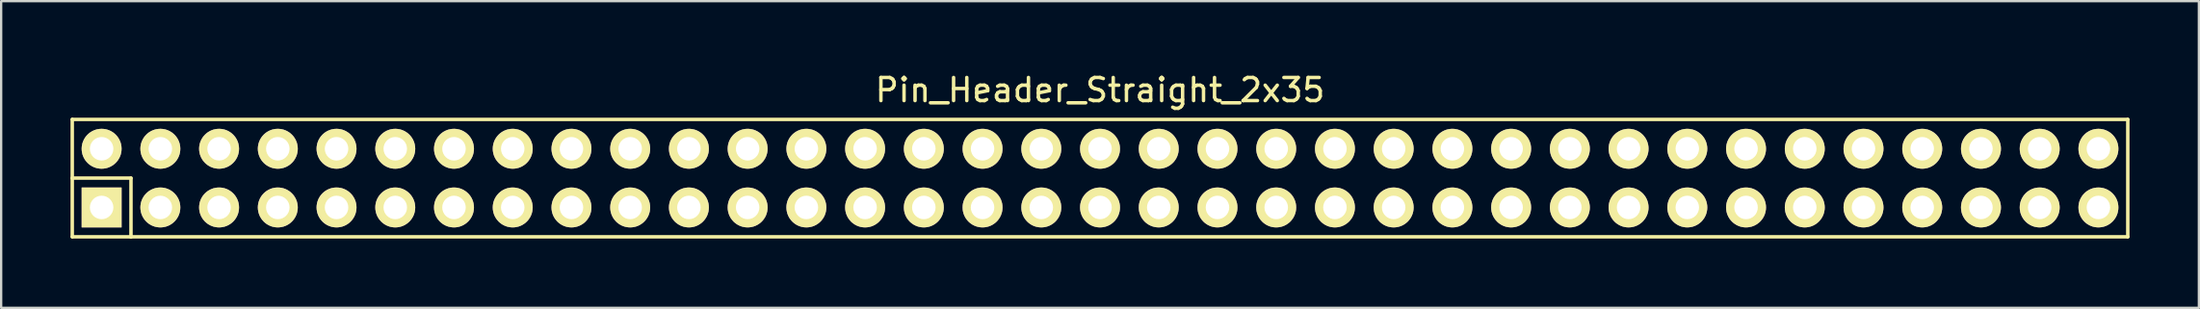
<source format=kicad_pcb>
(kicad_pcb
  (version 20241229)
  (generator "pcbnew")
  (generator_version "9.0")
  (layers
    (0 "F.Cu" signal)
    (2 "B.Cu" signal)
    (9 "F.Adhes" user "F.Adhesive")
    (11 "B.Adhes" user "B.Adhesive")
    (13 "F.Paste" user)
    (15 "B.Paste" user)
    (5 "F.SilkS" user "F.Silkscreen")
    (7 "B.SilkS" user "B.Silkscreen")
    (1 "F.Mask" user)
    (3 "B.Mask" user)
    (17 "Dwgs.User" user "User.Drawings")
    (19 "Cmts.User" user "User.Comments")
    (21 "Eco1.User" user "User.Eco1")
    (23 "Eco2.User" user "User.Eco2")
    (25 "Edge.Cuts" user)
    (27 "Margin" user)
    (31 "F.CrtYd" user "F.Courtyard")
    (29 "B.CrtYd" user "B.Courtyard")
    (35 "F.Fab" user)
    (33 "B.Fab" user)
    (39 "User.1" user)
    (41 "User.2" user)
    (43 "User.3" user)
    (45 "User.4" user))
  (footprint "Pin_Header_Straight_2x35"
    (layer "F.Cu")
    (at 44.525 4.658)
    (property "Reference" "Pin_Header_Straight_2x35" (at 0 -3.81 0) (layer "F.SilkS") (effects (font (size 1 1) (thickness 0.15))))
    (attr through_hole)
    (fp_line (start -44.45 -2.54) (end -44.45 0) (stroke (width 0.15) (type solid)) (layer "F.SilkS"))
    (fp_line (start -44.45 0) (end -41.91 0) (stroke (width 0.15) (type solid)) (layer "F.SilkS"))
    (fp_line (start -44.45 2.54) (end -44.45 0) (stroke (width 0.15) (type solid)) (layer "F.SilkS"))
    (fp_line (start -44.45 2.54) (end -41.91 2.54) (stroke (width 0.15) (type solid)) (layer "F.SilkS"))
    (fp_line (start -41.91 0) (end -41.91 2.54) (stroke (width 0.15) (type solid)) (layer "F.SilkS"))
    (fp_line (start -41.91 2.54) (end 44.45 2.54) (stroke (width 0.15) (type solid)) (layer "F.SilkS"))
    (fp_line (start 44.45 -2.54) (end -44.45 -2.54) (stroke (width 0.15) (type solid)) (layer "F.SilkS"))
    (fp_line (start 44.45 -2.54) (end 44.45 2.54) (stroke (width 0.15) (type solid)) (layer "F.SilkS"))
    (pad "1" thru_hole rect (at -43.18 1.27) (size 1.727 1.727) (drill 1.016) (layers "*.Cu" "*.Mask" "F.SilkS"))
    (pad "2" thru_hole oval (at -43.18 -1.27) (size 1.727 1.727) (drill 1.016) (layers "*.Cu" "*.Mask" "F.SilkS"))
    (pad "3" thru_hole oval (at -40.64 1.27) (size 1.727 1.727) (drill 1.016) (layers "*.Cu" "*.Mask" "F.SilkS"))
    (pad "4" thru_hole oval (at -40.64 -1.27) (size 1.727 1.727) (drill 1.016) (layers "*.Cu" "*.Mask" "F.SilkS"))
    (pad "5" thru_hole oval (at -38.1 1.27) (size 1.727 1.727) (drill 1.016) (layers "*.Cu" "*.Mask" "F.SilkS"))
    (pad "6" thru_hole oval (at -38.1 -1.27) (size 1.727 1.727) (drill 1.016) (layers "*.Cu" "*.Mask" "F.SilkS"))
    (pad "7" thru_hole oval (at -35.56 1.27) (size 1.727 1.727) (drill 1.016) (layers "*.Cu" "*.Mask" "F.SilkS"))
    (pad "8" thru_hole oval (at -35.56 -1.27) (size 1.727 1.727) (drill 1.016) (layers "*.Cu" "*.Mask" "F.SilkS"))
    (pad "9" thru_hole oval (at -33.02 1.27) (size 1.727 1.727) (drill 1.016) (layers "*.Cu" "*.Mask" "F.SilkS"))
    (pad "10" thru_hole oval (at -33.02 -1.27) (size 1.727 1.727) (drill 1.016) (layers "*.Cu" "*.Mask" "F.SilkS"))
    (pad "11" thru_hole oval (at -30.48 1.27) (size 1.727 1.727) (drill 1.016) (layers "*.Cu" "*.Mask" "F.SilkS"))
    (pad "12" thru_hole oval (at -30.48 -1.27) (size 1.727 1.727) (drill 1.016) (layers "*.Cu" "*.Mask" "F.SilkS"))
    (pad "13" thru_hole oval (at -27.94 1.27) (size 1.727 1.727) (drill 1.016) (layers "*.Cu" "*.Mask" "F.SilkS"))
    (pad "14" thru_hole oval (at -27.94 -1.27) (size 1.727 1.727) (drill 1.016) (layers "*.Cu" "*.Mask" "F.SilkS"))
    (pad "15" thru_hole oval (at -25.4 1.27) (size 1.727 1.727) (drill 1.016) (layers "*.Cu" "*.Mask" "F.SilkS"))
    (pad "16" thru_hole oval (at -25.4 -1.27) (size 1.727 1.727) (drill 1.016) (layers "*.Cu" "*.Mask" "F.SilkS"))
    (pad "17" thru_hole oval (at -22.86 1.27) (size 1.727 1.727) (drill 1.016) (layers "*.Cu" "*.Mask" "F.SilkS"))
    (pad "18" thru_hole oval (at -22.86 -1.27) (size 1.727 1.727) (drill 1.016) (layers "*.Cu" "*.Mask" "F.SilkS"))
    (pad "19" thru_hole oval (at -20.32 1.27) (size 1.727 1.727) (drill 1.016) (layers "*.Cu" "*.Mask" "F.SilkS"))
    (pad "20" thru_hole oval (at -20.32 -1.27) (size 1.727 1.727) (drill 1.016) (layers "*.Cu" "*.Mask" "F.SilkS"))
    (pad "21" thru_hole oval (at -17.78 1.27) (size 1.727 1.727) (drill 1.016) (layers "*.Cu" "*.Mask" "F.SilkS"))
    (pad "22" thru_hole oval (at -17.78 -1.27) (size 1.727 1.727) (drill 1.016) (layers "*.Cu" "*.Mask" "F.SilkS"))
    (pad "23" thru_hole oval (at -15.24 1.27) (size 1.727 1.727) (drill 1.016) (layers "*.Cu" "*.Mask" "F.SilkS"))
    (pad "24" thru_hole oval (at -15.24 -1.27) (size 1.727 1.727) (drill 1.016) (layers "*.Cu" "*.Mask" "F.SilkS"))
    (pad "25" thru_hole oval (at -12.7 1.27) (size 1.727 1.727) (drill 1.016) (layers "*.Cu" "*.Mask" "F.SilkS"))
    (pad "26" thru_hole oval (at -12.7 -1.27) (size 1.727 1.727) (drill 1.016) (layers "*.Cu" "*.Mask" "F.SilkS"))
    (pad "27" thru_hole oval (at -10.16 1.27) (size 1.727 1.727) (drill 1.016) (layers "*.Cu" "*.Mask" "F.SilkS"))
    (pad "28" thru_hole oval (at -10.16 -1.27) (size 1.727 1.727) (drill 1.016) (layers "*.Cu" "*.Mask" "F.SilkS"))
    (pad "29" thru_hole oval (at -7.62 1.27) (size 1.727 1.727) (drill 1.016) (layers "*.Cu" "*.Mask" "F.SilkS"))
    (pad "30" thru_hole oval (at -7.62 -1.27) (size 1.727 1.727) (drill 1.016) (layers "*.Cu" "*.Mask" "F.SilkS"))
    (pad "31" thru_hole oval (at -5.08 1.27) (size 1.727 1.727) (drill 1.016) (layers "*.Cu" "*.Mask" "F.SilkS"))
    (pad "32" thru_hole oval (at -5.08 -1.27) (size 1.727 1.727) (drill 1.016) (layers "*.Cu" "*.Mask" "F.SilkS"))
    (pad "33" thru_hole oval (at -2.54 1.27) (size 1.727 1.727) (drill 1.016) (layers "*.Cu" "*.Mask" "F.SilkS"))
    (pad "34" thru_hole oval (at -2.54 -1.27) (size 1.727 1.727) (drill 1.016) (layers "*.Cu" "*.Mask" "F.SilkS"))
    (pad "35" thru_hole oval (at 0 1.27) (size 1.727 1.727) (drill 1.016) (layers "*.Cu" "*.Mask" "F.SilkS"))
    (pad "36" thru_hole oval (at 0 -1.27) (size 1.727 1.727) (drill 1.016) (layers "*.Cu" "*.Mask" "F.SilkS"))
    (pad "37" thru_hole oval (at 2.54 1.27) (size 1.727 1.727) (drill 1.016) (layers "*.Cu" "*.Mask" "F.SilkS"))
    (pad "38" thru_hole oval (at 2.54 -1.27) (size 1.727 1.727) (drill 1.016) (layers "*.Cu" "*.Mask" "F.SilkS"))
    (pad "39" thru_hole oval (at 5.08 1.27) (size 1.727 1.727) (drill 1.016) (layers "*.Cu" "*.Mask" "F.SilkS"))
    (pad "40" thru_hole oval (at 5.08 -1.27) (size 1.727 1.727) (drill 1.016) (layers "*.Cu" "*.Mask" "F.SilkS"))
    (pad "41" thru_hole oval (at 7.62 1.27) (size 1.727 1.727) (drill 1.016) (layers "*.Cu" "*.Mask" "F.SilkS"))
    (pad "42" thru_hole oval (at 7.62 -1.27) (size 1.727 1.727) (drill 1.016) (layers "*.Cu" "*.Mask" "F.SilkS"))
    (pad "43" thru_hole oval (at 10.16 1.27) (size 1.727 1.727) (drill 1.016) (layers "*.Cu" "*.Mask" "F.SilkS"))
    (pad "44" thru_hole oval (at 10.16 -1.27) (size 1.727 1.727) (drill 1.016) (layers "*.Cu" "*.Mask" "F.SilkS"))
    (pad "45" thru_hole oval (at 12.7 1.27) (size 1.727 1.727) (drill 1.016) (layers "*.Cu" "*.Mask" "F.SilkS"))
    (pad "46" thru_hole oval (at 12.7 -1.27) (size 1.727 1.727) (drill 1.016) (layers "*.Cu" "*.Mask" "F.SilkS"))
    (pad "47" thru_hole oval (at 15.24 1.27) (size 1.727 1.727) (drill 1.016) (layers "*.Cu" "*.Mask" "F.SilkS"))
    (pad "48" thru_hole oval (at 15.24 -1.27) (size 1.727 1.727) (drill 1.016) (layers "*.Cu" "*.Mask" "F.SilkS"))
    (pad "49" thru_hole oval (at 17.78 1.27) (size 1.727 1.727) (drill 1.016) (layers "*.Cu" "*.Mask" "F.SilkS"))
    (pad "50" thru_hole oval (at 17.78 -1.27) (size 1.727 1.727) (drill 1.016) (layers "*.Cu" "*.Mask" "F.SilkS"))
    (pad "51" thru_hole oval (at 20.32 1.27) (size 1.727 1.727) (drill 1.016) (layers "*.Cu" "*.Mask" "F.SilkS"))
    (pad "52" thru_hole oval (at 20.32 -1.27) (size 1.727 1.727) (drill 1.016) (layers "*.Cu" "*.Mask" "F.SilkS"))
    (pad "53" thru_hole oval (at 22.86 1.27) (size 1.727 1.727) (drill 1.016) (layers "*.Cu" "*.Mask" "F.SilkS"))
    (pad "54" thru_hole oval (at 22.86 -1.27) (size 1.727 1.727) (drill 1.016) (layers "*.Cu" "*.Mask" "F.SilkS"))
    (pad "55" thru_hole oval (at 25.4 1.27) (size 1.727 1.727) (drill 1.016) (layers "*.Cu" "*.Mask" "F.SilkS"))
    (pad "56" thru_hole oval (at 25.4 -1.27) (size 1.727 1.727) (drill 1.016) (layers "*.Cu" "*.Mask" "F.SilkS"))
    (pad "57" thru_hole oval (at 27.94 1.27) (size 1.727 1.727) (drill 1.016) (layers "*.Cu" "*.Mask" "F.SilkS"))
    (pad "58" thru_hole oval (at 27.94 -1.27) (size 1.727 1.727) (drill 1.016) (layers "*.Cu" "*.Mask" "F.SilkS"))
    (pad "59" thru_hole oval (at 30.48 1.27) (size 1.727 1.727) (drill 1.016) (layers "*.Cu" "*.Mask" "F.SilkS"))
    (pad "60" thru_hole oval (at 30.48 -1.27) (size 1.727 1.727) (drill 1.016) (layers "*.Cu" "*.Mask" "F.SilkS"))
    (pad "61" thru_hole oval (at 33.02 1.27) (size 1.727 1.727) (drill 1.016) (layers "*.Cu" "*.Mask" "F.SilkS"))
    (pad "62" thru_hole oval (at 33.02 -1.27) (size 1.727 1.727) (drill 1.016) (layers "*.Cu" "*.Mask" "F.SilkS"))
    (pad "63" thru_hole oval (at 35.56 1.27) (size 1.727 1.727) (drill 1.016) (layers "*.Cu" "*.Mask" "F.SilkS"))
    (pad "64" thru_hole oval (at 35.56 -1.27) (size 1.727 1.727) (drill 1.016) (layers "*.Cu" "*.Mask" "F.SilkS"))
    (pad "65" thru_hole oval (at 38.1 1.27) (size 1.727 1.727) (drill 1.016) (layers "*.Cu" "*.Mask" "F.SilkS"))
    (pad "66" thru_hole oval (at 38.1 -1.27) (size 1.727 1.727) (drill 1.016) (layers "*.Cu" "*.Mask" "F.SilkS"))
    (pad "67" thru_hole oval (at 40.64 1.27) (size 1.727 1.727) (drill 1.016) (layers "*.Cu" "*.Mask" "F.SilkS"))
    (pad "68" thru_hole oval (at 40.64 -1.27) (size 1.727 1.727) (drill 1.016) (layers "*.Cu" "*.Mask" "F.SilkS"))
    (pad "69" thru_hole oval (at 43.18 1.27) (size 1.727 1.727) (drill 1.016) (layers "*.Cu" "*.Mask" "F.SilkS"))
    (pad "70" thru_hole oval (at 43.18 -1.27) (size 1.727 1.727) (drill 1.016) (layers "*.Cu" "*.Mask" "F.SilkS")))
  (gr_rect
    (start -3 -3)
    (end 92.05 10.273)
    (stroke (width 0.1) (type default))
    (fill no)
    (layer "Edge.Cuts")))
</source>
